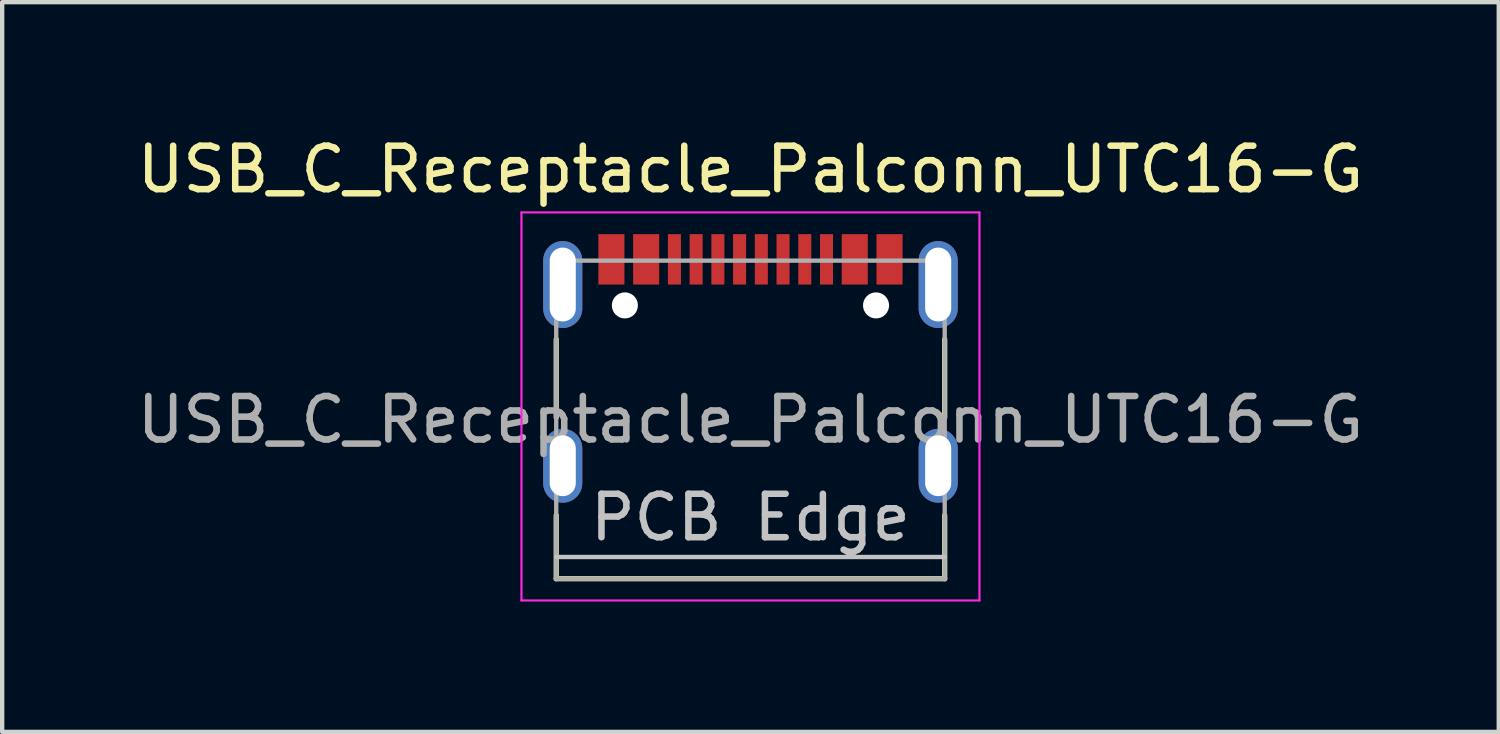
<source format=kicad_pcb>
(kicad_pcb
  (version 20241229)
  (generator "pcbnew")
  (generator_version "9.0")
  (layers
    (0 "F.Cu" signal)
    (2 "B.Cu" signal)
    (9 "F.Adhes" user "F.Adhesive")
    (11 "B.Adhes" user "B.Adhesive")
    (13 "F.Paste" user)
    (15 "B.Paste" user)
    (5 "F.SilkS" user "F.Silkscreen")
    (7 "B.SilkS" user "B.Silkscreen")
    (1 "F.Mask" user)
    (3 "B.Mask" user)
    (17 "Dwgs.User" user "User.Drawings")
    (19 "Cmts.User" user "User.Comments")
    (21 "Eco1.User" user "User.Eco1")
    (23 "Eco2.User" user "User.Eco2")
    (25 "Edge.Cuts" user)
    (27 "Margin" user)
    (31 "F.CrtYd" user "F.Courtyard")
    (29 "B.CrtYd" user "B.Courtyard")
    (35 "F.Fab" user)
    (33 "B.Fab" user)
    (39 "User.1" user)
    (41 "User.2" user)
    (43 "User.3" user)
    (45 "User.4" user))
  (footprint "USB_C_Receptacle_Palconn_UTC16-G"
    (layer "F.Cu")
    (at 14.22 5.428)
    (property "Reference" "USB_C_Receptacle_Palconn_UTC16-G" (at 0 -4.58 0) (layer "F.SilkS") (effects (font (size 1 1) (thickness 0.15))))
    (attr smd)
    (fp_line (start -4.47 -0.67) (end -4.47 1.13) (stroke (width 0.12) (type solid)) (layer "F.SilkS"))
    (fp_line (start -4.47 4.84) (end -4.47 3.38) (stroke (width 0.12) (type solid)) (layer "F.SilkS"))
    (fp_line (start 4.47 -0.67) (end 4.47 1.13) (stroke (width 0.12) (type solid)) (layer "F.SilkS"))
    (fp_line (start 4.47 4.84) (end -4.47 4.84) (stroke (width 0.12) (type solid)) (layer "F.SilkS"))
    (fp_line (start 4.47 4.84) (end 4.47 3.38) (stroke (width 0.12) (type solid)) (layer "F.SilkS"))
    (fp_line (start -4.47 4.34) (end 4.47 4.34) (stroke (width 0.1) (type solid)) (layer "Dwgs.User"))
    (fp_line (start -5.27 -3.59) (end -5.27 5.34) (stroke (width 0.05) (type solid)) (layer "F.CrtYd"))
    (fp_line (start -5.27 5.34) (end 5.27 5.34) (stroke (width 0.05) (type solid)) (layer "F.CrtYd"))
    (fp_line (start 5.27 -3.59) (end -5.27 -3.59) (stroke (width 0.05) (type solid)) (layer "F.CrtYd"))
    (fp_line (start 5.27 5.34) (end 5.27 -3.59) (stroke (width 0.05) (type solid)) (layer "F.CrtYd"))
    (fp_line (start -4.47 -2.48) (end -4.47 4.84) (stroke (width 0.1) (type solid)) (layer "F.Fab"))
    (fp_line (start -4.47 -2.48) (end 4.47 -2.48) (stroke (width 0.1) (type solid)) (layer "F.Fab"))
    (fp_line (start 4.47 -2.48) (end 4.47 4.84) (stroke (width 0.1) (type solid)) (layer "F.Fab"))
    (fp_line (start 4.47 4.84) (end -4.47 4.84) (stroke (width 0.1) (type solid)) (layer "F.Fab"))
    (fp_text user "PCB Edge" (at 0 3.43 0) (layer "Dwgs.User") (effects (font (size 1 1) (thickness 0.15))))
    (fp_text user "${REFERENCE}" (at 0 1.18 0) (layer "F.Fab") (effects (font (size 1 1) (thickness 0.15))))
    (pad "" np_thru_hole circle (at -2.89 -1.45 180) (size 0.6 0.6) (drill 0.6) (layers "*.Cu" "*.Mask"))
    (pad "" np_thru_hole circle (at 2.89 -1.45 180) (size 0.6 0.6) (drill 0.6) (layers "*.Cu" "*.Mask"))
    (pad "1" smd rect (at -2.4 -2.51) (size 0.6 1.16) (layers "F.Cu" "F.Mask" "F.Paste"))
    (pad "1" smd rect (at 2.4 -2.51) (size 0.6 1.16) (layers "F.Cu" "F.Mask" "F.Paste"))
    (pad "2" smd rect (at -0.75 -2.51 180) (size 0.3 1.16) (layers "F.Cu" "F.Mask" "F.Paste"))
    (pad "2" smd rect (at 0.25 -2.51 180) (size 0.3 1.16) (layers "F.Cu" "F.Mask" "F.Paste"))
    (pad "3" smd rect (at -0.25 -2.51 180) (size 0.3 1.16) (layers "F.Cu" "F.Mask" "F.Paste"))
    (pad "3" smd rect (at 0.75 -2.51 180) (size 0.3 1.16) (layers "F.Cu" "F.Mask" "F.Paste"))
    (pad "5" smd rect (at -3.2 -2.51) (size 0.6 1.16) (layers "F.Cu" "F.Mask" "F.Paste"))
    (pad "5" smd rect (at 3.2 -2.51) (size 0.6 1.16) (layers "F.Cu" "F.Mask" "F.Paste"))
    (pad "A5_CC1" smd rect (at -1.25 -2.51 180) (size 0.3 1.16) (layers "F.Cu" "F.Mask" "F.Paste"))
    (pad "A8_SBU1" smd rect (at 1.25 -2.51 180) (size 0.3 1.16) (layers "F.Cu" "F.Mask" "F.Paste"))
    (pad "B5_CC2" smd rect (at 1.75 -2.51 180) (size 0.3 1.16) (layers "F.Cu" "F.Mask" "F.Paste"))
    (pad "B8_SBU2" smd rect (at -1.75 -2.51 180) (size 0.3 1.16) (layers "F.Cu" "F.Mask" "F.Paste"))
    (pad "S1" thru_hole oval (at -4.32 -1.93 90) (size 2 0.9) (drill oval 1.7 0.6) (layers "*.Cu" "*.Mask"))
    (pad "S1" thru_hole oval (at -4.32 2.24 90) (size 1.7 0.9) (drill oval 1.4 0.6) (layers "*.Cu" "*.Mask"))
    (pad "S1" thru_hole oval (at 4.32 -1.93 90) (size 2 0.9) (drill oval 1.7 0.6) (layers "*.Cu" "*.Mask"))
    (pad "S1" thru_hole oval (at 4.32 2.24 90) (size 1.7 0.9) (drill oval 1.4 0.6) (layers "*.Cu" "*.Mask")))
  (gr_rect
    (start -3 -3)
    (end 31.44 13.793)
    (stroke (width 0.1) (type default))
    (fill no)
    (layer "Edge.Cuts")))
</source>
